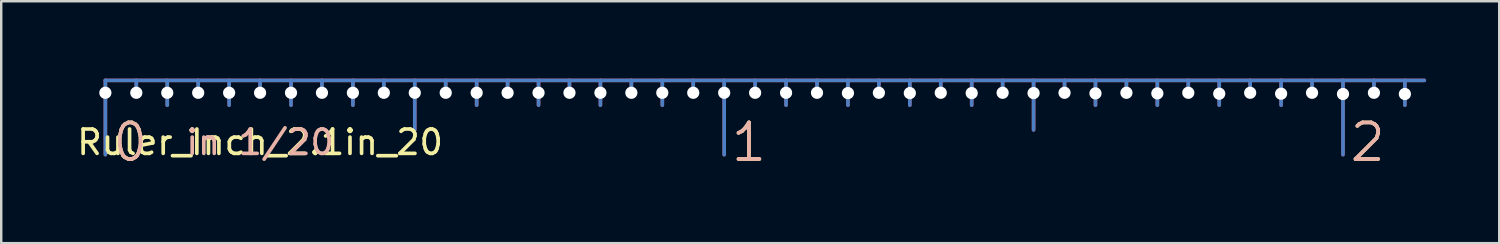
<source format=kicad_pcb>
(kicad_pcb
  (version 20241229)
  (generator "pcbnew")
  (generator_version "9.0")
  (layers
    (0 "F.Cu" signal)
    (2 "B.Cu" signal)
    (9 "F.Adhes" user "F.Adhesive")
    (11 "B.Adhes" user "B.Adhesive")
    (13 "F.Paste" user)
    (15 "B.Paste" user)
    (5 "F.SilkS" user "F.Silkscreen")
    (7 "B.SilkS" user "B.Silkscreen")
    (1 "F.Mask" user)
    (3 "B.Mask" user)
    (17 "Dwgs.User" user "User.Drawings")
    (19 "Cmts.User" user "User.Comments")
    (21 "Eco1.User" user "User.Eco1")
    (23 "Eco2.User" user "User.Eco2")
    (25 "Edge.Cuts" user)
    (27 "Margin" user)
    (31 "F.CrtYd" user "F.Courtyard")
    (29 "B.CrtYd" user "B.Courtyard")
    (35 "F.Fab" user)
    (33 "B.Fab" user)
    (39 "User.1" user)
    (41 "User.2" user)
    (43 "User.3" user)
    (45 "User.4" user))
  (footprint "Ruler_Inch_2.1in_20"
    (layer "F.Cu")
    (at 1.275 0.25)
    (property "Reference" "Ruler_Inch_2.1in_20" (at 6.35 2.54 0) (layer "F.SilkS") (effects (font (size 1 1) (thickness 0.15))))
    (attr through_hole)
    (fp_line (start 0 0) (end 0 3.048) (stroke (width 0.15) (type solid)) (layer "F.Cu"))
    (fp_line (start 1.27 0) (end 1.27 0.508) (stroke (width 0.15) (type solid)) (layer "F.Cu"))
    (fp_line (start 2.54 0) (end 2.54 1.016) (stroke (width 0.15) (type solid)) (layer "F.Cu"))
    (fp_line (start 3.81 0) (end 3.81 0.508) (stroke (width 0.15) (type solid)) (layer "F.Cu"))
    (fp_line (start 5.08 0) (end 5.08 1.016) (stroke (width 0.15) (type solid)) (layer "F.Cu"))
    (fp_line (start 6.35 0) (end 6.35 0.508) (stroke (width 0.15) (type solid)) (layer "F.Cu"))
    (fp_line (start 7.62 0) (end 7.62 1.016) (stroke (width 0.15) (type solid)) (layer "F.Cu"))
    (fp_line (start 8.89 0) (end 8.89 0.508) (stroke (width 0.15) (type solid)) (layer "F.Cu"))
    (fp_line (start 10.16 0) (end 10.16 1.016) (stroke (width 0.15) (type solid)) (layer "F.Cu"))
    (fp_line (start 11.43 0) (end 11.43 0.508) (stroke (width 0.15) (type solid)) (layer "F.Cu"))
    (fp_line (start 12.7 0) (end 12.7 2.032) (stroke (width 0.15) (type solid)) (layer "F.Cu"))
    (fp_line (start 13.97 0) (end 13.97 0.508) (stroke (width 0.15) (type solid)) (layer "F.Cu"))
    (fp_line (start 15.24 0) (end 15.24 1.016) (stroke (width 0.15) (type solid)) (layer "F.Cu"))
    (fp_line (start 16.51 0) (end 16.51 0.508) (stroke (width 0.15) (type solid)) (layer "F.Cu"))
    (fp_line (start 17.78 0) (end 17.78 1.016) (stroke (width 0.15) (type solid)) (layer "F.Cu"))
    (fp_line (start 19.05 0) (end 19.05 0.508) (stroke (width 0.15) (type solid)) (layer "F.Cu"))
    (fp_line (start 20.32 0) (end 20.32 1.016) (stroke (width 0.15) (type solid)) (layer "F.Cu"))
    (fp_line (start 21.59 0) (end 21.59 0.508) (stroke (width 0.15) (type solid)) (layer "F.Cu"))
    (fp_line (start 22.86 0) (end 22.86 1.016) (stroke (width 0.15) (type solid)) (layer "F.Cu"))
    (fp_line (start 24.13 0) (end 24.13 0.508) (stroke (width 0.15) (type solid)) (layer "F.Cu"))
    (fp_line (start 25.4 0) (end 25.4 3.048) (stroke (width 0.15) (type solid)) (layer "F.Cu"))
    (fp_line (start 26.67 0) (end 26.67 0.508) (stroke (width 0.15) (type solid)) (layer "F.Cu"))
    (fp_line (start 27.94 0) (end 27.94 1.016) (stroke (width 0.15) (type solid)) (layer "F.Cu"))
    (fp_line (start 29.21 0) (end 29.21 0.508) (stroke (width 0.15) (type solid)) (layer "F.Cu"))
    (fp_line (start 30.48 0) (end 30.48 1.016) (stroke (width 0.15) (type solid)) (layer "F.Cu"))
    (fp_line (start 31.75 0) (end 31.75 0.508) (stroke (width 0.15) (type solid)) (layer "F.Cu"))
    (fp_line (start 33.02 0) (end 33.02 1.016) (stroke (width 0.15) (type solid)) (layer "F.Cu"))
    (fp_line (start 34.29 0) (end 34.29 0.508) (stroke (width 0.15) (type solid)) (layer "F.Cu"))
    (fp_line (start 35.56 0) (end 35.56 1.016) (stroke (width 0.15) (type solid)) (layer "F.Cu"))
    (fp_line (start 36.83 0) (end 36.83 0.508) (stroke (width 0.15) (type solid)) (layer "F.Cu"))
    (fp_line (start 38.1 0) (end 38.1 2.032) (stroke (width 0.15) (type solid)) (layer "F.Cu"))
    (fp_line (start 39.37 0) (end 39.37 0.508) (stroke (width 0.15) (type solid)) (layer "F.Cu"))
    (fp_line (start 40.64 0) (end 40.64 1.016) (stroke (width 0.15) (type solid)) (layer "F.Cu"))
    (fp_line (start 41.91 0) (end 41.91 0.508) (stroke (width 0.15) (type solid)) (layer "F.Cu"))
    (fp_line (start 43.18 0) (end 43.18 1.016) (stroke (width 0.15) (type solid)) (layer "F.Cu"))
    (fp_line (start 44.45 0) (end 44.45 0.508) (stroke (width 0.15) (type solid)) (layer "F.Cu"))
    (fp_line (start 45.72 0) (end 45.72 1.016) (stroke (width 0.15) (type solid)) (layer "F.Cu"))
    (fp_line (start 46.99 0) (end 46.99 0.508) (stroke (width 0.15) (type solid)) (layer "F.Cu"))
    (fp_line (start 48.26 0) (end 48.26 1.016) (stroke (width 0.15) (type solid)) (layer "F.Cu"))
    (fp_line (start 49.53 0) (end 49.53 0.508) (stroke (width 0.15) (type solid)) (layer "F.Cu"))
    (fp_line (start 50.8 0) (end 50.8 3.048) (stroke (width 0.15) (type solid)) (layer "F.Cu"))
    (fp_line (start 52.07 0) (end 52.07 0.508) (stroke (width 0.15) (type solid)) (layer "F.Cu"))
    (fp_line (start 53.34 0) (end 53.34 1.016) (stroke (width 0.15) (type solid)) (layer "F.Cu"))
    (fp_line (start 54.138 0) (end 0 0) (stroke (width 0.15) (type solid)) (layer "F.Cu"))
    (fp_line (start 0 0) (end 0 3.048) (stroke (width 0.15) (type solid)) (layer "F.Mask"))
    (fp_line (start 1.27 0) (end 1.27 0.508) (stroke (width 0.15) (type solid)) (layer "F.Mask"))
    (fp_line (start 2.54 0) (end 2.54 1.016) (stroke (width 0.15) (type solid)) (layer "F.Mask"))
    (fp_line (start 2.54 1.016) (end 2.54 1.016) (stroke (width 0.15) (type solid)) (layer "F.Mask"))
    (fp_line (start 3.81 0) (end 3.81 0.508) (stroke (width 0.15) (type solid)) (layer "F.Mask"))
    (fp_line (start 5.08 0) (end 5.08 1.016) (stroke (width 0.15) (type solid)) (layer "F.Mask"))
    (fp_line (start 5.08 1.016) (end 5.08 1.016) (stroke (width 0.15) (type solid)) (layer "F.Mask"))
    (fp_line (start 6.35 0) (end 6.35 0.508) (stroke (width 0.15) (type solid)) (layer "F.Mask"))
    (fp_line (start 7.62 0) (end 7.62 1.016) (stroke (width 0.15) (type solid)) (layer "F.Mask"))
    (fp_line (start 7.62 1.016) (end 7.62 1.016) (stroke (width 0.15) (type solid)) (layer "F.Mask"))
    (fp_line (start 8.89 0) (end 8.89 0.508) (stroke (width 0.15) (type solid)) (layer "F.Mask"))
    (fp_line (start 10.16 0) (end 10.16 1.016) (stroke (width 0.15) (type solid)) (layer "F.Mask"))
    (fp_line (start 10.16 1.016) (end 10.16 1.016) (stroke (width 0.15) (type solid)) (layer "F.Mask"))
    (fp_line (start 11.43 0) (end 11.43 0.508) (stroke (width 0.15) (type solid)) (layer "F.Mask"))
    (fp_line (start 12.7 0) (end 12.7 2.032) (stroke (width 0.15) (type solid)) (layer "F.Mask"))
    (fp_line (start 12.7 2.032) (end 12.7 2.032) (stroke (width 0.15) (type solid)) (layer "F.Mask"))
    (fp_line (start 13.97 0) (end 13.97 0.508) (stroke (width 0.15) (type solid)) (layer "F.Mask"))
    (fp_line (start 15.24 0) (end 15.24 1.016) (stroke (width 0.15) (type solid)) (layer "F.Mask"))
    (fp_line (start 15.24 1.016) (end 15.24 1.016) (stroke (width 0.15) (type solid)) (layer "F.Mask"))
    (fp_line (start 16.51 0) (end 16.51 0.508) (stroke (width 0.15) (type solid)) (layer "F.Mask"))
    (fp_line (start 17.78 0) (end 17.78 1.016) (stroke (width 0.15) (type solid)) (layer "F.Mask"))
    (fp_line (start 17.78 1.016) (end 17.78 1.016) (stroke (width 0.15) (type solid)) (layer "F.Mask"))
    (fp_line (start 19.05 0) (end 19.05 0.508) (stroke (width 0.15) (type solid)) (layer "F.Mask"))
    (fp_line (start 20.32 0) (end 20.32 1.016) (stroke (width 0.15) (type solid)) (layer "F.Mask"))
    (fp_line (start 20.32 1.016) (end 20.32 1.016) (stroke (width 0.15) (type solid)) (layer "F.Mask"))
    (fp_line (start 21.59 0) (end 21.59 0.508) (stroke (width 0.15) (type solid)) (layer "F.Mask"))
    (fp_line (start 22.86 0) (end 22.86 1.016) (stroke (width 0.15) (type solid)) (layer "F.Mask"))
    (fp_line (start 22.86 1.016) (end 22.86 1.016) (stroke (width 0.15) (type solid)) (layer "F.Mask"))
    (fp_line (start 24.13 0) (end 24.13 0.508) (stroke (width 0.15) (type solid)) (layer "F.Mask"))
    (fp_line (start 25.4 0) (end 25.4 2.794) (stroke (width 0.15) (type solid)) (layer "F.Mask"))
    (fp_line (start 25.4 2.794) (end 25.4 3.048) (stroke (width 0.15) (type solid)) (layer "F.Mask"))
    (fp_line (start 25.4 3.048) (end 25.4 3.048) (stroke (width 0.15) (type solid)) (layer "F.Mask"))
    (fp_line (start 26.67 0) (end 26.67 0.508) (stroke (width 0.15) (type solid)) (layer "F.Mask"))
    (fp_line (start 27.94 0) (end 27.94 1.016) (stroke (width 0.15) (type solid)) (layer "F.Mask"))
    (fp_line (start 27.94 1.016) (end 27.94 1.016) (stroke (width 0.15) (type solid)) (layer "F.Mask"))
    (fp_line (start 29.21 0) (end 29.21 0.508) (stroke (width 0.15) (type solid)) (layer "F.Mask"))
    (fp_line (start 30.48 0) (end 30.48 1.016) (stroke (width 0.15) (type solid)) (layer "F.Mask"))
    (fp_line (start 30.48 1.016) (end 30.48 1.016) (stroke (width 0.15) (type solid)) (layer "F.Mask"))
    (fp_line (start 31.75 0) (end 31.75 0.508) (stroke (width 0.15) (type solid)) (layer "F.Mask"))
    (fp_line (start 33.02 0) (end 33.02 1.016) (stroke (width 0.15) (type solid)) (layer "F.Mask"))
    (fp_line (start 33.02 1.016) (end 33.02 1.016) (stroke (width 0.15) (type solid)) (layer "F.Mask"))
    (fp_line (start 34.29 0) (end 34.29 0.508) (stroke (width 0.15) (type solid)) (layer "F.Mask"))
    (fp_line (start 35.56 0) (end 35.56 1.016) (stroke (width 0.15) (type solid)) (layer "F.Mask"))
    (fp_line (start 35.56 1.016) (end 35.56 1.016) (stroke (width 0.15) (type solid)) (layer "F.Mask"))
    (fp_line (start 36.83 0) (end 36.83 0.508) (stroke (width 0.15) (type solid)) (layer "F.Mask"))
    (fp_line (start 38.1 0) (end 38.1 2.032) (stroke (width 0.15) (type solid)) (layer "F.Mask"))
    (fp_line (start 38.1 2.032) (end 38.1 2.032) (stroke (width 0.15) (type solid)) (layer "F.Mask"))
    (fp_line (start 39.37 0) (end 39.37 0.508) (stroke (width 0.15) (type solid)) (layer "F.Mask"))
    (fp_line (start 40.64 0) (end 40.64 1.016) (stroke (width 0.15) (type solid)) (layer "F.Mask"))
    (fp_line (start 40.64 1.016) (end 40.64 1.016) (stroke (width 0.15) (type solid)) (layer "F.Mask"))
    (fp_line (start 41.91 0) (end 41.91 0.508) (stroke (width 0.15) (type solid)) (layer "F.Mask"))
    (fp_line (start 43.18 0) (end 43.18 1.016) (stroke (width 0.15) (type solid)) (layer "F.Mask"))
    (fp_line (start 43.18 1.016) (end 43.18 1.016) (stroke (width 0.15) (type solid)) (layer "F.Mask"))
    (fp_line (start 44.45 0) (end 44.45 0.508) (stroke (width 0.15) (type solid)) (layer "F.Mask"))
    (fp_line (start 45.72 0) (end 45.72 1.016) (stroke (width 0.15) (type solid)) (layer "F.Mask"))
    (fp_line (start 45.72 1.016) (end 45.72 1.016) (stroke (width 0.15) (type solid)) (layer "F.Mask"))
    (fp_line (start 46.99 0) (end 46.99 0.508) (stroke (width 0.15) (type solid)) (layer "F.Mask"))
    (fp_line (start 48.26 0) (end 48.26 1.016) (stroke (width 0.15) (type solid)) (layer "F.Mask"))
    (fp_line (start 48.26 1.016) (end 48.26 1.016) (stroke (width 0.15) (type solid)) (layer "F.Mask"))
    (fp_line (start 49.53 0) (end 49.53 0.508) (stroke (width 0.15) (type solid)) (layer "F.Mask"))
    (fp_line (start 50.8 0) (end 50.8 2.794) (stroke (width 0.15) (type solid)) (layer "F.Mask"))
    (fp_line (start 50.8 2.794) (end 50.8 3.048) (stroke (width 0.15) (type solid)) (layer "F.Mask"))
    (fp_line (start 50.8 3.048) (end 50.8 3.048) (stroke (width 0.15) (type solid)) (layer "F.Mask"))
    (fp_line (start 52.07 0) (end 52.07 0.508) (stroke (width 0.15) (type solid)) (layer "F.Mask"))
    (fp_line (start 53.34 0) (end 53.34 1.016) (stroke (width 0.15) (type solid)) (layer "F.Mask"))
    (fp_line (start 53.34 1.016) (end 53.34 1.016) (stroke (width 0.15) (type solid)) (layer "F.Mask"))
    (fp_line (start 54.138 0) (end 0 0) (stroke (width 0.15) (type solid)) (layer "F.Mask"))
    (fp_line (start 0 0) (end 0 3.048) (stroke (width 0.15) (type solid)) (layer "B.Cu"))
    (fp_line (start 1.27 0) (end 1.27 0.508) (stroke (width 0.15) (type solid)) (layer "B.Cu"))
    (fp_line (start 2.54 0) (end 2.54 1.016) (stroke (width 0.15) (type solid)) (layer "B.Cu"))
    (fp_line (start 3.81 0) (end 3.81 0.508) (stroke (width 0.15) (type solid)) (layer "B.Cu"))
    (fp_line (start 5.08 0) (end 5.08 1.016) (stroke (width 0.15) (type solid)) (layer "B.Cu"))
    (fp_line (start 6.35 0) (end 6.35 0.508) (stroke (width 0.15) (type solid)) (layer "B.Cu"))
    (fp_line (start 7.62 0) (end 7.62 1.016) (stroke (width 0.15) (type solid)) (layer "B.Cu"))
    (fp_line (start 8.89 0) (end 8.89 0.508) (stroke (width 0.15) (type solid)) (layer "B.Cu"))
    (fp_line (start 10.16 0) (end 10.16 1.016) (stroke (width 0.15) (type solid)) (layer "B.Cu"))
    (fp_line (start 11.43 0) (end 11.43 0.508) (stroke (width 0.15) (type solid)) (layer "B.Cu"))
    (fp_line (start 12.7 0) (end 12.7 2.032) (stroke (width 0.15) (type solid)) (layer "B.Cu"))
    (fp_line (start 13.97 0) (end 13.97 0.508) (stroke (width 0.15) (type solid)) (layer "B.Cu"))
    (fp_line (start 15.24 0) (end 15.24 1.016) (stroke (width 0.15) (type solid)) (layer "B.Cu"))
    (fp_line (start 16.51 0) (end 16.51 0.508) (stroke (width 0.15) (type solid)) (layer "B.Cu"))
    (fp_line (start 17.78 0) (end 17.78 1.016) (stroke (width 0.15) (type solid)) (layer "B.Cu"))
    (fp_line (start 19.05 0) (end 19.05 0.508) (stroke (width 0.15) (type solid)) (layer "B.Cu"))
    (fp_line (start 20.32 0) (end 20.32 1.016) (stroke (width 0.15) (type solid)) (layer "B.Cu"))
    (fp_line (start 21.59 0) (end 21.59 0.508) (stroke (width 0.15) (type solid)) (layer "B.Cu"))
    (fp_line (start 22.86 0) (end 22.86 1.016) (stroke (width 0.15) (type solid)) (layer "B.Cu"))
    (fp_line (start 24.13 0) (end 24.13 0.508) (stroke (width 0.15) (type solid)) (layer "B.Cu"))
    (fp_line (start 25.4 0) (end 25.4 3.048) (stroke (width 0.15) (type solid)) (layer "B.Cu"))
    (fp_line (start 26.67 0) (end 26.67 0.508) (stroke (width 0.15) (type solid)) (layer "B.Cu"))
    (fp_line (start 27.94 0) (end 27.94 1.016) (stroke (width 0.15) (type solid)) (layer "B.Cu"))
    (fp_line (start 29.21 0) (end 29.21 0.508) (stroke (width 0.15) (type solid)) (layer "B.Cu"))
    (fp_line (start 30.48 0) (end 30.48 1.016) (stroke (width 0.15) (type solid)) (layer "B.Cu"))
    (fp_line (start 31.75 0) (end 31.75 0.508) (stroke (width 0.15) (type solid)) (layer "B.Cu"))
    (fp_line (start 33.02 0) (end 33.02 1.016) (stroke (width 0.15) (type solid)) (layer "B.Cu"))
    (fp_line (start 34.29 0) (end 34.29 0.508) (stroke (width 0.15) (type solid)) (layer "B.Cu"))
    (fp_line (start 35.56 0) (end 35.56 1.016) (stroke (width 0.15) (type solid)) (layer "B.Cu"))
    (fp_line (start 36.83 0) (end 36.83 0.508) (stroke (width 0.15) (type solid)) (layer "B.Cu"))
    (fp_line (start 38.1 0) (end 38.1 2.032) (stroke (width 0.15) (type solid)) (layer "B.Cu"))
    (fp_line (start 39.37 0) (end 39.37 0.508) (stroke (width 0.15) (type solid)) (layer "B.Cu"))
    (fp_line (start 40.64 0) (end 40.64 1.016) (stroke (width 0.15) (type solid)) (layer "B.Cu"))
    (fp_line (start 41.91 0) (end 41.91 0.508) (stroke (width 0.15) (type solid)) (layer "B.Cu"))
    (fp_line (start 43.18 0) (end 43.18 1.016) (stroke (width 0.15) (type solid)) (layer "B.Cu"))
    (fp_line (start 44.45 0) (end 44.45 0.508) (stroke (width 0.15) (type solid)) (layer "B.Cu"))
    (fp_line (start 45.72 0) (end 45.72 1.016) (stroke (width 0.15) (type solid)) (layer "B.Cu"))
    (fp_line (start 46.99 0) (end 46.99 0.508) (stroke (width 0.15) (type solid)) (layer "B.Cu"))
    (fp_line (start 48.26 0) (end 48.26 1.016) (stroke (width 0.15) (type solid)) (layer "B.Cu"))
    (fp_line (start 49.53 0) (end 49.53 0.508) (stroke (width 0.15) (type solid)) (layer "B.Cu"))
    (fp_line (start 50.8 0) (end 50.8 3.048) (stroke (width 0.15) (type solid)) (layer "B.Cu"))
    (fp_line (start 52.07 0) (end 52.07 0.508) (stroke (width 0.15) (type solid)) (layer "B.Cu"))
    (fp_line (start 53.34 0) (end 53.34 1.016) (stroke (width 0.15) (type solid)) (layer "B.Cu"))
    (fp_line (start 54.138 0) (end 0 0) (stroke (width 0.15) (type solid)) (layer "B.Cu"))
    (fp_line (start 0 0) (end 0 3.048) (stroke (width 0.15) (type solid)) (layer "B.Mask"))
    (fp_line (start 1.27 0) (end 1.27 0.508) (stroke (width 0.15) (type solid)) (layer "B.Mask"))
    (fp_line (start 2.54 0) (end 2.54 1.016) (stroke (width 0.15) (type solid)) (layer "B.Mask"))
    (fp_line (start 2.54 1.016) (end 2.54 1.016) (stroke (width 0.15) (type solid)) (layer "B.Mask"))
    (fp_line (start 3.81 0) (end 3.81 0.508) (stroke (width 0.15) (type solid)) (layer "B.Mask"))
    (fp_line (start 5.08 0) (end 5.08 1.016) (stroke (width 0.15) (type solid)) (layer "B.Mask"))
    (fp_line (start 5.08 1.016) (end 5.08 1.016) (stroke (width 0.15) (type solid)) (layer "B.Mask"))
    (fp_line (start 6.35 0) (end 6.35 0.508) (stroke (width 0.15) (type solid)) (layer "B.Mask"))
    (fp_line (start 7.62 0) (end 7.62 1.016) (stroke (width 0.15) (type solid)) (layer "B.Mask"))
    (fp_line (start 7.62 1.016) (end 7.62 1.016) (stroke (width 0.15) (type solid)) (layer "B.Mask"))
    (fp_line (start 8.89 0) (end 8.89 0.508) (stroke (width 0.15) (type solid)) (layer "B.Mask"))
    (fp_line (start 10.16 0) (end 10.16 1.016) (stroke (width 0.15) (type solid)) (layer "B.Mask"))
    (fp_line (start 10.16 1.016) (end 10.16 1.016) (stroke (width 0.15) (type solid)) (layer "B.Mask"))
    (fp_line (start 11.43 0) (end 11.43 0.508) (stroke (width 0.15) (type solid)) (layer "B.Mask"))
    (fp_line (start 12.7 0) (end 12.7 2.032) (stroke (width 0.15) (type solid)) (layer "B.Mask"))
    (fp_line (start 12.7 2.032) (end 12.7 2.032) (stroke (width 0.15) (type solid)) (layer "B.Mask"))
    (fp_line (start 13.97 0) (end 13.97 0.508) (stroke (width 0.15) (type solid)) (layer "B.Mask"))
    (fp_line (start 15.24 0) (end 15.24 1.016) (stroke (width 0.15) (type solid)) (layer "B.Mask"))
    (fp_line (start 15.24 1.016) (end 15.24 1.016) (stroke (width 0.15) (type solid)) (layer "B.Mask"))
    (fp_line (start 16.51 0) (end 16.51 0.508) (stroke (width 0.15) (type solid)) (layer "B.Mask"))
    (fp_line (start 17.78 0) (end 17.78 1.016) (stroke (width 0.15) (type solid)) (layer "B.Mask"))
    (fp_line (start 17.78 1.016) (end 17.78 1.016) (stroke (width 0.15) (type solid)) (layer "B.Mask"))
    (fp_line (start 19.05 0) (end 19.05 0.508) (stroke (width 0.15) (type solid)) (layer "B.Mask"))
    (fp_line (start 20.32 0) (end 20.32 1.016) (stroke (width 0.15) (type solid)) (layer "B.Mask"))
    (fp_line (start 20.32 1.016) (end 20.32 1.016) (stroke (width 0.15) (type solid)) (layer "B.Mask"))
    (fp_line (start 21.59 0) (end 21.59 0.508) (stroke (width 0.15) (type solid)) (layer "B.Mask"))
    (fp_line (start 22.86 0) (end 22.86 1.016) (stroke (width 0.15) (type solid)) (layer "B.Mask"))
    (fp_line (start 22.86 1.016) (end 22.86 1.016) (stroke (width 0.15) (type solid)) (layer "B.Mask"))
    (fp_line (start 24.13 0) (end 24.13 0.508) (stroke (width 0.15) (type solid)) (layer "B.Mask"))
    (fp_line (start 25.4 0) (end 25.4 2.794) (stroke (width 0.15) (type solid)) (layer "B.Mask"))
    (fp_line (start 25.4 2.794) (end 25.4 3.048) (stroke (width 0.15) (type solid)) (layer "B.Mask"))
    (fp_line (start 25.4 3.048) (end 25.4 3.048) (stroke (width 0.15) (type solid)) (layer "B.Mask"))
    (fp_line (start 26.67 0) (end 26.67 0.508) (stroke (width 0.15) (type solid)) (layer "B.Mask"))
    (fp_line (start 27.94 0) (end 27.94 1.016) (stroke (width 0.15) (type solid)) (layer "B.Mask"))
    (fp_line (start 27.94 1.016) (end 27.94 1.016) (stroke (width 0.15) (type solid)) (layer "B.Mask"))
    (fp_line (start 29.21 0) (end 29.21 0.508) (stroke (width 0.15) (type solid)) (layer "B.Mask"))
    (fp_line (start 30.48 0) (end 30.48 1.016) (stroke (width 0.15) (type solid)) (layer "B.Mask"))
    (fp_line (start 30.48 1.016) (end 30.48 1.016) (stroke (width 0.15) (type solid)) (layer "B.Mask"))
    (fp_line (start 31.75 0) (end 31.75 0.508) (stroke (width 0.15) (type solid)) (layer "B.Mask"))
    (fp_line (start 33.02 0) (end 33.02 1.016) (stroke (width 0.15) (type solid)) (layer "B.Mask"))
    (fp_line (start 33.02 1.016) (end 33.02 1.016) (stroke (width 0.15) (type solid)) (layer "B.Mask"))
    (fp_line (start 34.29 0) (end 34.29 0.508) (stroke (width 0.15) (type solid)) (layer "B.Mask"))
    (fp_line (start 35.56 0) (end 35.56 1.016) (stroke (width 0.15) (type solid)) (layer "B.Mask"))
    (fp_line (start 35.56 1.016) (end 35.56 1.016) (stroke (width 0.15) (type solid)) (layer "B.Mask"))
    (fp_line (start 36.83 0) (end 36.83 0.508) (stroke (width 0.15) (type solid)) (layer "B.Mask"))
    (fp_line (start 38.1 0) (end 38.1 2.032) (stroke (width 0.15) (type solid)) (layer "B.Mask"))
    (fp_line (start 38.1 2.032) (end 38.1 2.032) (stroke (width 0.15) (type solid)) (layer "B.Mask"))
    (fp_line (start 39.37 0) (end 39.37 0.508) (stroke (width 0.15) (type solid)) (layer "B.Mask"))
    (fp_line (start 40.64 0) (end 40.64 1.016) (stroke (width 0.15) (type solid)) (layer "B.Mask"))
    (fp_line (start 40.64 1.016) (end 40.64 1.016) (stroke (width 0.15) (type solid)) (layer "B.Mask"))
    (fp_line (start 41.91 0) (end 41.91 0.508) (stroke (width 0.15) (type solid)) (layer "B.Mask"))
    (fp_line (start 43.18 0) (end 43.18 1.016) (stroke (width 0.15) (type solid)) (layer "B.Mask"))
    (fp_line (start 43.18 1.016) (end 43.18 1.016) (stroke (width 0.15) (type solid)) (layer "B.Mask"))
    (fp_line (start 44.45 0) (end 44.45 0.508) (stroke (width 0.15) (type solid)) (layer "B.Mask"))
    (fp_line (start 45.72 0) (end 45.72 1.016) (stroke (width 0.15) (type solid)) (layer "B.Mask"))
    (fp_line (start 45.72 1.016) (end 45.72 1.016) (stroke (width 0.15) (type solid)) (layer "B.Mask"))
    (fp_line (start 46.99 0) (end 46.99 0.508) (stroke (width 0.15) (type solid)) (layer "B.Mask"))
    (fp_line (start 48.26 0) (end 48.26 1.016) (stroke (width 0.15) (type solid)) (layer "B.Mask"))
    (fp_line (start 48.26 1.016) (end 48.26 1.016) (stroke (width 0.15) (type solid)) (layer "B.Mask"))
    (fp_line (start 49.53 0) (end 49.53 0.508) (stroke (width 0.15) (type solid)) (layer "B.Mask"))
    (fp_line (start 50.8 0) (end 50.8 2.794) (stroke (width 0.15) (type solid)) (layer "B.Mask"))
    (fp_line (start 50.8 2.794) (end 50.8 3.048) (stroke (width 0.15) (type solid)) (layer "B.Mask"))
    (fp_line (start 50.8 3.048) (end 50.8 3.048) (stroke (width 0.15) (type solid)) (layer "B.Mask"))
    (fp_line (start 52.07 0) (end 52.07 0.508) (stroke (width 0.15) (type solid)) (layer "B.Mask"))
    (fp_line (start 53.34 0) (end 53.34 1.016) (stroke (width 0.15) (type solid)) (layer "B.Mask"))
    (fp_line (start 53.34 1.016) (end 53.34 1.016) (stroke (width 0.15) (type solid)) (layer "B.Mask"))
    (fp_line (start 54.138 0) (end 0 0) (stroke (width 0.15) (type solid)) (layer "B.Mask"))
    (fp_text user "0" (at 1.016 2.54 0) (layer "F.SilkS") (effects (font (size 1.5 1.5) (thickness 0.15))))
    (fp_text user "1" (at 26.416 2.54 0) (layer "F.SilkS") (effects (font (size 1.5 1.5) (thickness 0.15))))
    (fp_text user "2" (at 51.816 2.54 0) (layer "F.SilkS") (effects (font (size 1.5 1.5) (thickness 0.15))))
    (fp_text user "0" (at 1.016 2.54 0) (unlocked yes) (layer "B.SilkS") (effects (font (size 1.5 1.5) (thickness 0.15))))
    (fp_text user "in 1/20" (at 6.35 2.54 0) (unlocked yes) (layer "B.SilkS") (effects (font (size 1 1) (thickness 0.15))))
    (fp_text user "1" (at 26.416 2.54 0) (unlocked yes) (layer "B.SilkS") (effects (font (size 1.5 1.5) (thickness 0.15))))
    (fp_text user "2" (at 51.816 2.54 0) (unlocked yes) (layer "B.SilkS") (effects (font (size 1.5 1.5) (thickness 0.15))))
    (pad "" np_thru_hole circle (at 0 0.508) (size 0.5 0.5) (drill 0.5) (layers "*.Cu" "*.Mask"))
    (pad "" np_thru_hole circle (at 1.27 0.508) (size 0.5 0.5) (drill 0.5) (layers "*.Cu" "*.Mask"))
    (pad "" np_thru_hole circle (at 2.54 0.508) (size 0.5 0.5) (drill 0.5) (layers "*.Cu" "*.Mask"))
    (pad "" np_thru_hole circle (at 3.81 0.508) (size 0.5 0.5) (drill 0.5) (layers "*.Cu" "*.Mask"))
    (pad "" np_thru_hole circle (at 5.08 0.508) (size 0.5 0.5) (drill 0.5) (layers "*.Cu" "*.Mask"))
    (pad "" np_thru_hole circle (at 6.35 0.508) (size 0.5 0.5) (drill 0.5) (layers "*.Cu" "*.Mask"))
    (pad "" np_thru_hole circle (at 7.62 0.508) (size 0.5 0.5) (drill 0.5) (layers "*.Cu" "*.Mask"))
    (pad "" np_thru_hole circle (at 8.89 0.508) (size 0.5 0.5) (drill 0.5) (layers "*.Cu" "*.Mask"))
    (pad "" np_thru_hole circle (at 10.16 0.508) (size 0.5 0.5) (drill 0.5) (layers "*.Cu" "*.Mask"))
    (pad "" np_thru_hole circle (at 11.43 0.508) (size 0.5 0.5) (drill 0.5) (layers "*.Cu" "*.Mask"))
    (pad "" np_thru_hole circle (at 12.7 0.508) (size 0.5 0.5) (drill 0.5) (layers "*.Cu" "*.Mask"))
    (pad "" np_thru_hole circle (at 13.97 0.508) (size 0.5 0.5) (drill 0.5) (layers "*.Cu" "*.Mask"))
    (pad "" np_thru_hole circle (at 15.24 0.508) (size 0.5 0.5) (drill 0.5) (layers "*.Cu" "*.Mask"))
    (pad "" np_thru_hole circle (at 16.51 0.508) (size 0.5 0.5) (drill 0.5) (layers "*.Cu" "*.Mask"))
    (pad "" np_thru_hole circle (at 17.78 0.508) (size 0.5 0.5) (drill 0.5) (layers "*.Cu" "*.Mask"))
    (pad "" np_thru_hole circle (at 19.05 0.508) (size 0.5 0.5) (drill 0.5) (layers "*.Cu" "*.Mask"))
    (pad "" np_thru_hole circle (at 20.32 0.508) (size 0.5 0.5) (drill 0.5) (layers "*.Cu" "*.Mask"))
    (pad "" np_thru_hole circle (at 21.59 0.508) (size 0.5 0.5) (drill 0.5) (layers "*.Cu" "*.Mask"))
    (pad "" np_thru_hole circle (at 22.86 0.508) (size 0.5 0.5) (drill 0.5) (layers "*.Cu" "*.Mask"))
    (pad "" np_thru_hole circle (at 24.13 0.508) (size 0.5 0.5) (drill 0.5) (layers "*.Cu" "*.Mask"))
    (pad "" np_thru_hole circle (at 25.4 0.508) (size 0.5 0.5) (drill 0.5) (layers "*.Cu" "*.Mask"))
    (pad "" np_thru_hole circle (at 26.67 0.508) (size 0.5 0.5) (drill 0.5) (layers "*.Cu" "*.Mask"))
    (pad "" np_thru_hole circle (at 27.94 0.508) (size 0.5 0.5) (drill 0.5) (layers "*.Cu" "*.Mask"))
    (pad "" np_thru_hole circle (at 29.21 0.508) (size 0.5 0.5) (drill 0.5) (layers "*.Cu" "*.Mask"))
    (pad "" np_thru_hole circle (at 30.48 0.521) (size 0.5 0.5) (drill 0.5) (layers "*.Cu" "*.Mask"))
    (pad "" np_thru_hole circle (at 31.75 0.508) (size 0.5 0.5) (drill 0.5) (layers "*.Cu" "*.Mask"))
    (pad "" np_thru_hole circle (at 33.02 0.521) (size 0.5 0.5) (drill 0.5) (layers "*.Cu" "*.Mask"))
    (pad "" np_thru_hole circle (at 34.29 0.508) (size 0.5 0.5) (drill 0.5) (layers "*.Cu" "*.Mask"))
    (pad "" np_thru_hole circle (at 35.56 0.521) (size 0.5 0.5) (drill 0.5) (layers "*.Cu" "*.Mask"))
    (pad "" np_thru_hole circle (at 36.83 0.508) (size 0.5 0.5) (drill 0.5) (layers "*.Cu" "*.Mask"))
    (pad "" np_thru_hole circle (at 38.1 0.521) (size 0.5 0.5) (drill 0.5) (layers "*.Cu" "*.Mask"))
    (pad "" np_thru_hole circle (at 39.37 0.508) (size 0.5 0.5) (drill 0.5) (layers "*.Cu" "*.Mask"))
    (pad "" np_thru_hole circle (at 40.64 0.533) (size 0.5 0.5) (drill 0.5) (layers "*.Cu" "*.Mask"))
    (pad "" np_thru_hole circle (at 41.91 0.508) (size 0.5 0.5) (drill 0.5) (layers "*.Cu" "*.Mask"))
    (pad "" np_thru_hole circle (at 43.18 0.533) (size 0.5 0.5) (drill 0.5) (layers "*.Cu" "*.Mask"))
    (pad "" np_thru_hole circle (at 44.45 0.508) (size 0.5 0.5) (drill 0.5) (layers "*.Cu" "*.Mask"))
    (pad "" np_thru_hole circle (at 45.72 0.546) (size 0.5 0.5) (drill 0.5) (layers "*.Cu" "*.Mask"))
    (pad "" np_thru_hole circle (at 46.99 0.508) (size 0.5 0.5) (drill 0.5) (layers "*.Cu" "*.Mask"))
    (pad "" np_thru_hole circle (at 48.26 0.546) (size 0.5 0.5) (drill 0.5) (layers "*.Cu" "*.Mask"))
    (pad "" np_thru_hole circle (at 49.53 0.508) (size 0.5 0.5) (drill 0.5) (layers "*.Cu" "*.Mask"))
    (pad "" np_thru_hole circle (at 50.8 0.559) (size 0.5 0.5) (drill 0.5) (layers "*.Cu" "*.Mask"))
    (pad "" np_thru_hole circle (at 52.07 0.508) (size 0.5 0.5) (drill 0.5) (layers "*.Cu" "*.Mask"))
    (pad "" np_thru_hole circle (at 53.34 0.559) (size 0.5 0.5) (drill 0.5) (layers "*.Cu" "*.Mask")))
  (gr_rect
    (start -3 -3)
    (end 58.487 6.931)
    (stroke (width 0.1) (type default))
    (fill no)
    (layer "Edge.Cuts")))
</source>
